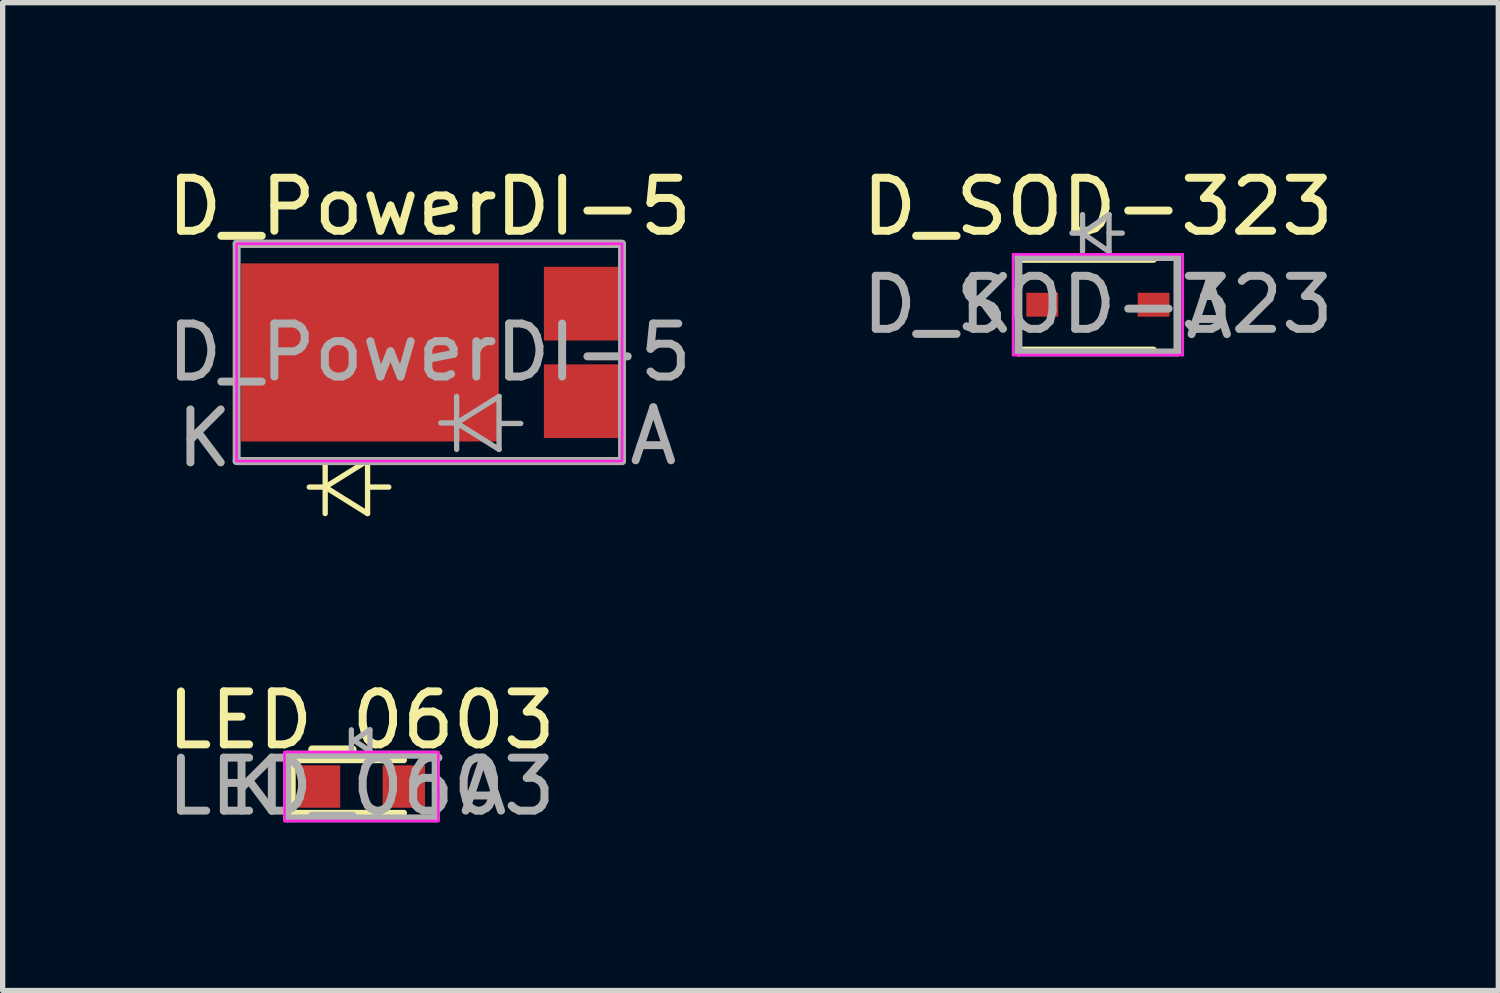
<source format=kicad_pcb>
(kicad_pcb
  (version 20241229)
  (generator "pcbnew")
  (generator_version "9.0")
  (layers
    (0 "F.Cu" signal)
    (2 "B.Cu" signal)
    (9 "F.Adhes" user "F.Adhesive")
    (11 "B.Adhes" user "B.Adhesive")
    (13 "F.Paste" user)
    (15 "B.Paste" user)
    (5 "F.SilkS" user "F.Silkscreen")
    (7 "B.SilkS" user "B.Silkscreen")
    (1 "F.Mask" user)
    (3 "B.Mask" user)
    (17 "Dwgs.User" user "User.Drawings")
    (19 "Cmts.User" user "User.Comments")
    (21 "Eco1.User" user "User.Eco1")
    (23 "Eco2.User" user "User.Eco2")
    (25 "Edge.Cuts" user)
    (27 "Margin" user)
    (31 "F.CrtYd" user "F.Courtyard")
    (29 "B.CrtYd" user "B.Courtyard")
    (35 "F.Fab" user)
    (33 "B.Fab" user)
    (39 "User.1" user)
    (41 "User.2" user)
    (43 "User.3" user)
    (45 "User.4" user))
  (footprint "D_PowerDI-5"
    (layer "F.Cu")
    (at 5.054 3.598)
    (property "Reference" "D_PowerDI-5" (at 0 -2.75 0) (layer "F.SilkS") (effects (font (size 1 1) (thickness 0.15))))
    (attr smd)
    (fp_line (start -3.6 -2.05) (end 3.6 -2.05) (stroke (width 0.15) (type solid)) (layer "F.SilkS"))
    (fp_line (start -3.6 2.05) (end 3.58 2.05) (stroke (width 0.15) (type solid)) (layer "F.SilkS"))
    (fp_line (start -2.27 2.54) (end -1.97 2.54) (stroke (width 0.1) (type solid)) (layer "F.SilkS"))
    (fp_line (start -1.97 2.54) (end -1.97 2.04) (stroke (width 0.1) (type solid)) (layer "F.SilkS"))
    (fp_line (start -1.97 2.54) (end -1.97 3.04) (stroke (width 0.1) (type solid)) (layer "F.SilkS"))
    (fp_line (start -1.97 2.54) (end -1.17 3.04) (stroke (width 0.1) (type solid)) (layer "F.SilkS"))
    (fp_line (start -1.17 2.04) (end -1.97 2.54) (stroke (width 0.1) (type solid)) (layer "F.SilkS"))
    (fp_line (start -1.17 2.54) (end -0.77 2.54) (stroke (width 0.1) (type solid)) (layer "F.SilkS"))
    (fp_line (start -1.17 3.04) (end -1.17 2.04) (stroke (width 0.1) (type solid)) (layer "F.SilkS"))
    (fp_line (start -3.64 2.05) (end -3.64 -2.05) (stroke (width 0.05) (type solid)) (layer "F.CrtYd"))
    (fp_line (start -3.6 -2.05) (end 3.6 -2.05) (stroke (width 0.05) (type solid)) (layer "F.CrtYd"))
    (fp_line (start -3.6 2.05) (end 3.6 2.05) (stroke (width 0.05) (type solid)) (layer "F.CrtYd"))
    (fp_line (start 3.63 -2.05) (end 3.63 2.05) (stroke (width 0.05) (type solid)) (layer "F.CrtYd"))
    (fp_line (start -3.64 -2.05) (end -3.64 2.05) (stroke (width 0.15) (type solid)) (layer "F.Fab"))
    (fp_line (start -3.64 2.05) (end 3.63 2.05) (stroke (width 0.15) (type solid)) (layer "F.Fab"))
    (fp_line (start 0.21 1.33) (end 0.51 1.33) (stroke (width 0.1) (type solid)) (layer "F.Fab"))
    (fp_line (start 0.51 1.33) (end 0.51 0.83) (stroke (width 0.1) (type solid)) (layer "F.Fab"))
    (fp_line (start 0.51 1.33) (end 0.51 1.83) (stroke (width 0.1) (type solid)) (layer "F.Fab"))
    (fp_line (start 0.51 1.33) (end 1.31 1.83) (stroke (width 0.1) (type solid)) (layer "F.Fab"))
    (fp_line (start 1.31 0.83) (end 0.51 1.33) (stroke (width 0.1) (type solid)) (layer "F.Fab"))
    (fp_line (start 1.31 1.83) (end 1.31 0.83) (stroke (width 0.1) (type solid)) (layer "F.Fab"))
    (fp_line (start 1.32 1.34) (end 1.72 1.34) (stroke (width 0.1) (type solid)) (layer "F.Fab"))
    (fp_line (start 3.63 -2.05) (end -3.64 -2.05) (stroke (width 0.15) (type solid)) (layer "F.Fab"))
    (fp_line (start 3.63 2.05) (end 3.63 -2.05) (stroke (width 0.15) (type solid)) (layer "F.Fab"))
    (fp_text user "${REFERENCE}" (at 0 0 0) (layer "F.Fab") (effects (font (size 1 1) (thickness 0.15))))
    (fp_text user "A" (at 4.22 1.58 0) (layer "F.Fab") (effects (font (size 1 1) (thickness 0.15))))
    (fp_text user "K" (at -4.25 1.62 0) (layer "F.Fab") (effects (font (size 1 1) (thickness 0.15))))
    (pad "1" smd rect (at 2.856 0.92) (size 1.4 1.39) (layers "F.Cu" "F.Mask" "F.Paste"))
    (pad "2" smd rect (at 2.856 -0.92) (size 1.4 1.39) (layers "F.Cu" "F.Mask" "F.Paste"))
    (pad "3" smd rect (at -1.126 0 180) (size 4.86 3.36) (layers "F.Cu" "F.Mask" "F.Paste")))
  (footprint "LED_0603"
    (layer "F.Cu")
    (at 3.768 11.787)
    (property "Reference" "LED_0603" (at 0 -1.25 0) (layer "F.SilkS") (effects (font (size 1 1) (thickness 0.15))))
    (attr smd)
    (fp_line (start -1.3 -0.5) (end -1.3 0.5) (stroke (width 0.12) (type solid)) (layer "F.SilkS"))
    (fp_line (start -1.3 -0.5) (end 0.8 -0.5) (stroke (width 0.12) (type solid)) (layer "F.SilkS"))
    (fp_line (start -1.3 0.5) (end 0.8 0.5) (stroke (width 0.12) (type solid)) (layer "F.SilkS"))
    (fp_line (start -1.45 -0.65) (end 1.45 -0.65) (stroke (width 0.05) (type solid)) (layer "F.CrtYd"))
    (fp_line (start -1.45 0.65) (end -1.45 -0.65) (stroke (width 0.05) (type solid)) (layer "F.CrtYd"))
    (fp_line (start 1.45 -0.65) (end 1.45 0.65) (stroke (width 0.05) (type solid)) (layer "F.CrtYd"))
    (fp_line (start 1.45 0.65) (end -1.45 0.65) (stroke (width 0.05) (type solid)) (layer "F.CrtYd"))
    (fp_line (start -1.4 -0.6) (end 1.4 -0.6) (stroke (width 0.15) (type solid)) (layer "F.Fab"))
    (fp_line (start -1.4 0.6) (end -1.4 -0.6) (stroke (width 0.15) (type solid)) (layer "F.Fab"))
    (fp_line (start -0.19 -1.07) (end -0.19 -0.67) (stroke (width 0.1) (type solid)) (layer "F.Fab"))
    (fp_line (start -0.14 -0.87) (end 0.16 -1.07) (stroke (width 0.1) (type solid)) (layer "F.Fab"))
    (fp_line (start 0.16 -1.07) (end 0.16 -0.67) (stroke (width 0.1) (type solid)) (layer "F.Fab"))
    (fp_line (start 0.16 -0.67) (end -0.14 -0.87) (stroke (width 0.1) (type solid)) (layer "F.Fab"))
    (fp_line (start 1.4 -0.6) (end 1.4 0.6) (stroke (width 0.15) (type solid)) (layer "F.Fab"))
    (fp_line (start 1.4 0.6) (end -1.4 0.6) (stroke (width 0.15) (type solid)) (layer "F.Fab"))
    (fp_text user "K" (at -2 0 0) (layer "F.Fab") (effects (font (size 1 1) (thickness 0.15))))
    (fp_text user "${REFERENCE}" (at 0 0 0) (layer "F.Fab") (effects (font (size 1 1) (thickness 0.15))))
    (fp_text user "A" (at 2.3 0 0) (layer "F.Fab") (effects (font (size 1 1) (thickness 0.15))))
    (pad "1" smd rect (at -0.8 0 180) (size 0.8 0.8) (layers "F.Cu" "F.Mask" "F.Paste"))
    (pad "2" smd rect (at 0.8 0 180) (size 0.8 0.8) (layers "F.Cu" "F.Mask" "F.Paste")))
  (footprint "D_SOD-323"
    (layer "F.Cu")
    (at 17.661 2.698)
    (property "Reference" "D_SOD-323" (at 0 -1.85 0) (layer "F.SilkS") (effects (font (size 1 1) (thickness 0.15))))
    (attr smd)
    (fp_line (start -1.5 -0.85) (end -1.5 0.85) (stroke (width 0.12) (type solid)) (layer "F.SilkS"))
    (fp_line (start -1.5 -0.85) (end 1.05 -0.85) (stroke (width 0.12) (type solid)) (layer "F.SilkS"))
    (fp_line (start -1.5 0.85) (end 1.05 0.85) (stroke (width 0.12) (type solid)) (layer "F.SilkS"))
    (fp_line (start -1.6 -0.95) (end -1.6 0.95) (stroke (width 0.05) (type solid)) (layer "F.CrtYd"))
    (fp_line (start -1.6 -0.95) (end 1.6 -0.95) (stroke (width 0.05) (type solid)) (layer "F.CrtYd"))
    (fp_line (start -1.6 0.95) (end 1.6 0.95) (stroke (width 0.05) (type solid)) (layer "F.CrtYd"))
    (fp_line (start 1.6 -0.95) (end 1.6 0.95) (stroke (width 0.05) (type solid)) (layer "F.CrtYd"))
    (fp_line (start -1.5 -0.9) (end -1.5 0.9) (stroke (width 0.15) (type solid)) (layer "F.Fab"))
    (fp_line (start -1.5 0.9) (end 1.5 0.9) (stroke (width 0.15) (type solid)) (layer "F.Fab"))
    (fp_line (start -0.29 -1.7) (end -0.29 -1) (stroke (width 0.1) (type solid)) (layer "F.Fab"))
    (fp_line (start -0.29 -1.35) (end -0.49 -1.35) (stroke (width 0.1) (type solid)) (layer "F.Fab"))
    (fp_line (start -0.29 -1.35) (end 0.21 -1.7) (stroke (width 0.1) (type solid)) (layer "F.Fab"))
    (fp_line (start 0.21 -1.7) (end 0.21 -1) (stroke (width 0.1) (type solid)) (layer "F.Fab"))
    (fp_line (start 0.21 -1.35) (end 0.46 -1.35) (stroke (width 0.1) (type solid)) (layer "F.Fab"))
    (fp_line (start 0.21 -1) (end -0.29 -1.35) (stroke (width 0.1) (type solid)) (layer "F.Fab"))
    (fp_line (start 1.5 -0.9) (end -1.5 -0.9) (stroke (width 0.15) (type solid)) (layer "F.Fab"))
    (fp_line (start 1.5 0.9) (end 1.5 -0.9) (stroke (width 0.15) (type solid)) (layer "F.Fab"))
    (fp_text user "A" (at 2.1 0.1 0) (layer "F.Fab") (effects (font (size 1 1) (thickness 0.15))))
    (fp_text user "K" (at -2.1 0 0) (layer "F.Fab") (effects (font (size 1 1) (thickness 0.15))))
    (fp_text user "${REFERENCE}" (at 0 0 0) (layer "F.Fab") (effects (font (size 1 1) (thickness 0.15))))
    (pad "1" smd rect (at -1.05 0) (size 0.6 0.45) (layers "F.Cu" "F.Mask" "F.Paste"))
    (pad "2" smd rect (at 1.05 0) (size 0.6 0.45) (layers "F.Cu" "F.Mask" "F.Paste")))
  (gr_rect
    (start -3 -3)
    (end 25.214 15.635)
    (stroke (width 0.1) (type default))
    (fill no)
    (layer "Edge.Cuts")))
</source>
